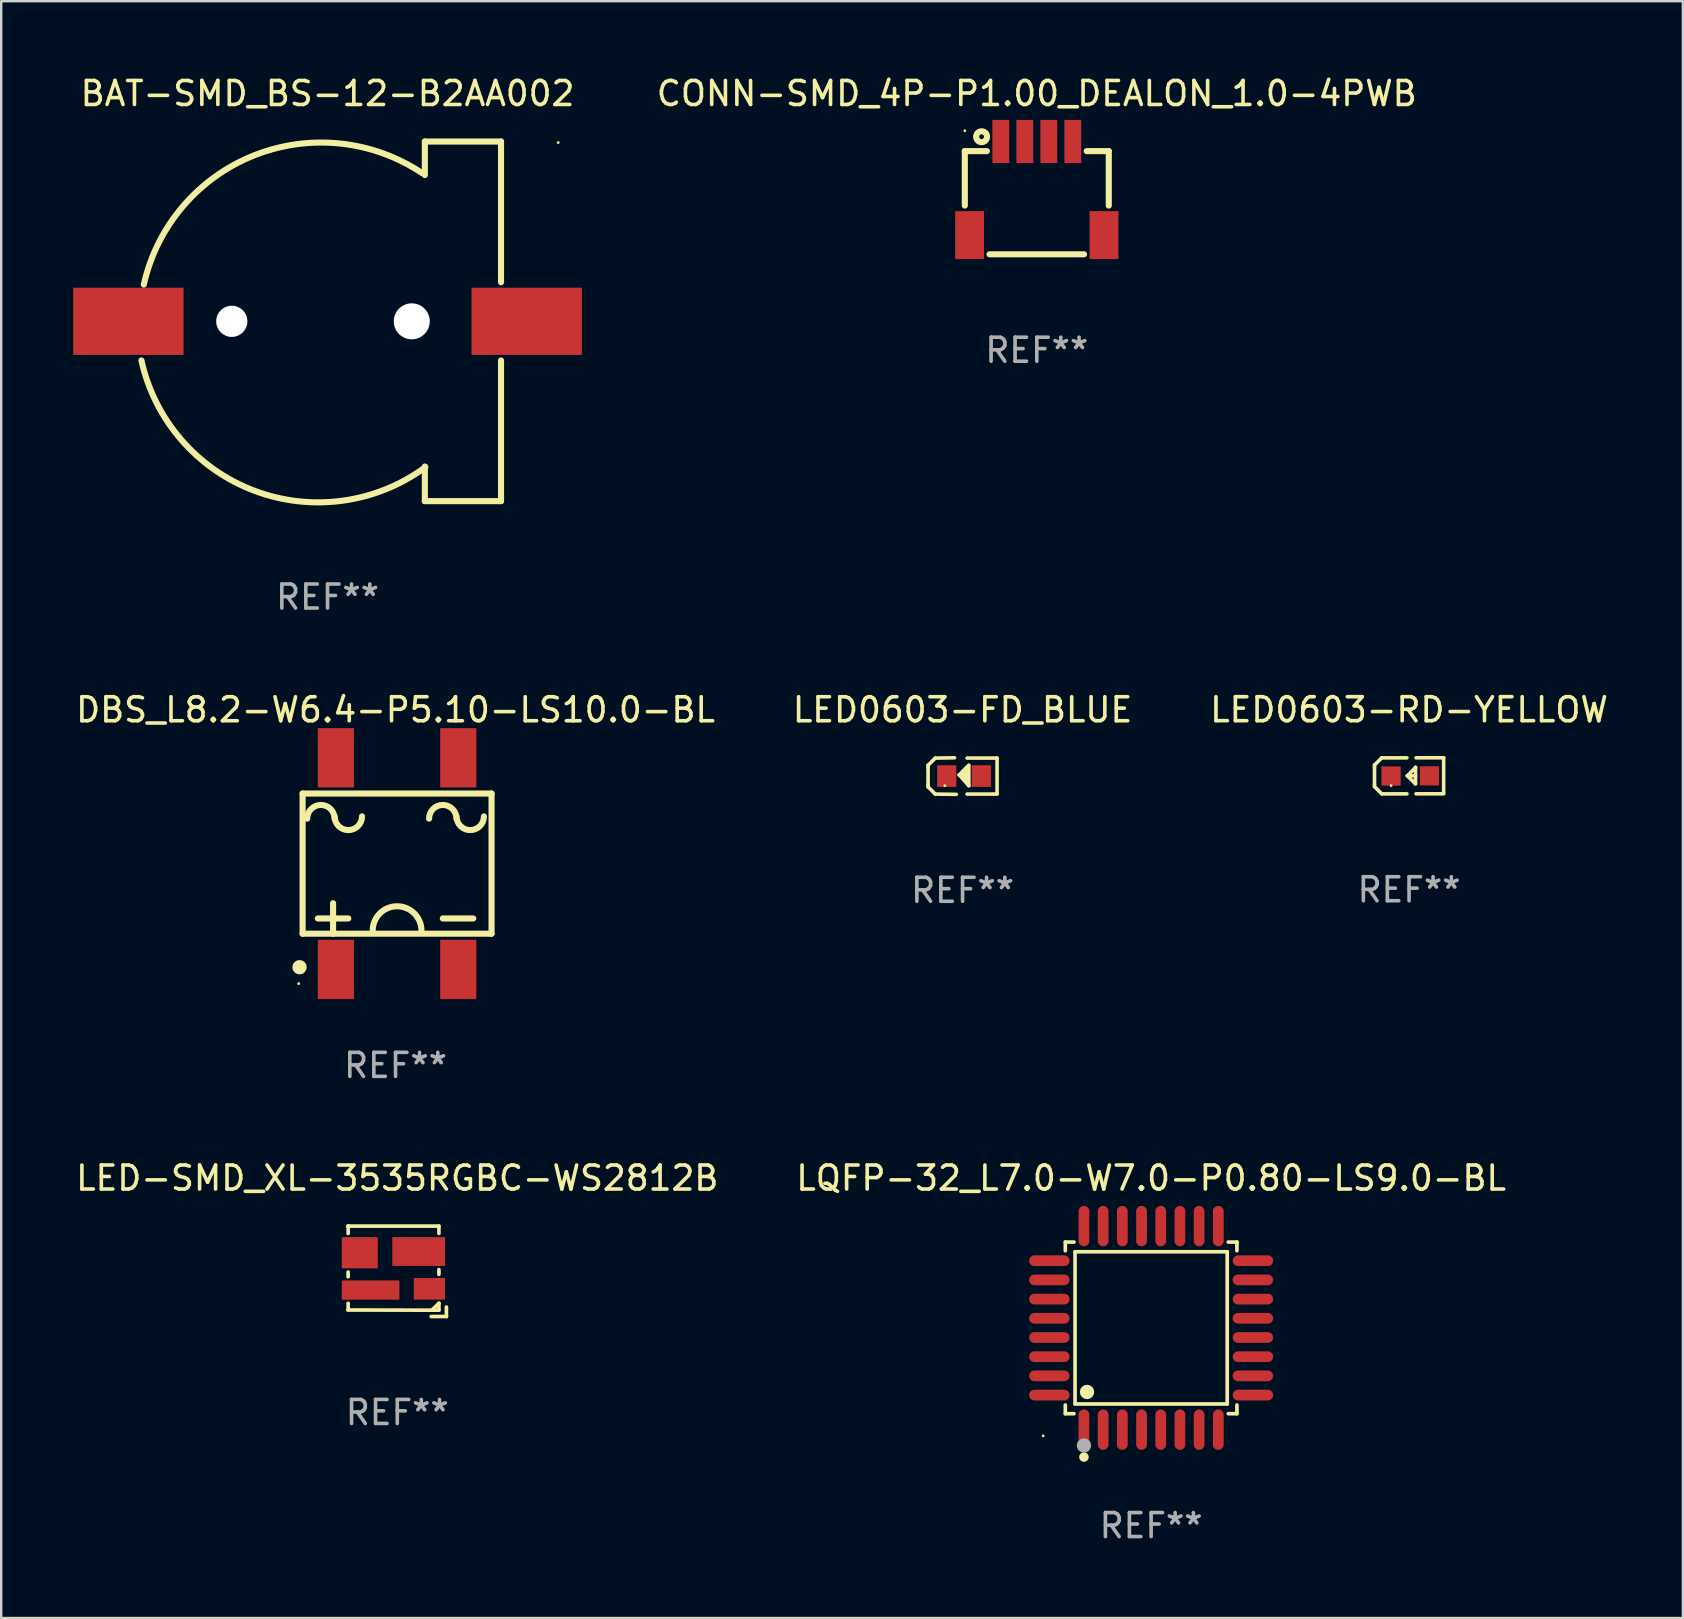
<source format=kicad_pcb>
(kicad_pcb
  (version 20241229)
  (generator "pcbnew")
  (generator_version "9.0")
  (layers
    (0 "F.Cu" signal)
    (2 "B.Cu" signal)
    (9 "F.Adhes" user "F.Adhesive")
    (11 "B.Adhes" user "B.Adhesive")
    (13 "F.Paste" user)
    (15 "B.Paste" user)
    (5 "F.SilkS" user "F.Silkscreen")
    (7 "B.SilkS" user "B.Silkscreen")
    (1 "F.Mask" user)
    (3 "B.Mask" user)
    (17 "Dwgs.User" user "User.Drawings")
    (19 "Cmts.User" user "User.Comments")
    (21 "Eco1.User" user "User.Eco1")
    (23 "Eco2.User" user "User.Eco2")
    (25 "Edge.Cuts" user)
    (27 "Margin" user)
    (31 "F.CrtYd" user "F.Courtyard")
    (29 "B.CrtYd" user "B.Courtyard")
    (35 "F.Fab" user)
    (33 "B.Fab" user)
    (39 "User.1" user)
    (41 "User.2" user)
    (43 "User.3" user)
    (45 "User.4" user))
  (footprint "LQFP-32_L7.0-W7.0-P0.80-LS9.0-BL"
    (layer "F.Cu")
    (at 44.923 52.289)
    (property "Reference" "LQFP-32_L7.0-W7.0-P0.80-LS9.0-BL" (at 0 -6.242 0) (layer "F.SilkS") (effects (font (size 1 1) (thickness 0.15))))
    (attr through_hole)
    (fp_line (start -3.576 -3.576) (end -3.215 -3.576) (stroke (width 0.152) (type solid)) (layer "F.SilkS"))
    (fp_line (start -3.576 -3.215) (end -3.576 -3.576) (stroke (width 0.152) (type solid)) (layer "F.SilkS"))
    (fp_line (start -3.576 3.215) (end -3.576 3.576) (stroke (width 0.152) (type solid)) (layer "F.SilkS"))
    (fp_line (start -3.576 3.576) (end -3.215 3.576) (stroke (width 0.152) (type solid)) (layer "F.SilkS"))
    (fp_line (start -3.171 -3.171) (end 3.171 -3.171) (stroke (width 0.152) (type solid)) (layer "F.SilkS"))
    (fp_line (start -3.171 3.171) (end -3.171 -3.171) (stroke (width 0.152) (type solid)) (layer "F.SilkS"))
    (fp_line (start 3.171 -3.171) (end 3.171 3.171) (stroke (width 0.152) (type solid)) (layer "F.SilkS"))
    (fp_line (start 3.171 3.171) (end -3.171 3.171) (stroke (width 0.152) (type solid)) (layer "F.SilkS"))
    (fp_line (start 3.576 -3.576) (end 3.215 -3.576) (stroke (width 0.152) (type solid)) (layer "F.SilkS"))
    (fp_line (start 3.576 -3.215) (end 3.576 -3.576) (stroke (width 0.152) (type solid)) (layer "F.SilkS"))
    (fp_line (start 3.576 3.215) (end 3.576 3.576) (stroke (width 0.152) (type solid)) (layer "F.SilkS"))
    (fp_line (start 3.576 3.576) (end 3.215 3.576) (stroke (width 0.152) (type solid)) (layer "F.SilkS"))
    (fp_circle (center -4.5 4.5) (end -4.47 4.5) (stroke (width 0.06) (type solid)) (fill no) (layer "F.SilkS"))
    (fp_circle (center -2.8 5.384) (end -2.7 5.384) (stroke (width 0.2) (type solid)) (fill no) (layer "F.SilkS"))
    (fp_circle (center -2.671 2.671) (end -2.521 2.671) (stroke (width 0.3) (type solid)) (fill no) (layer "F.SilkS"))
    (fp_circle (center -2.8 4.9) (end -2.65 4.9) (stroke (width 0.3) (type solid)) (fill no) (layer "F.Fab"))
    (fp_text user "REF**" (at 0 8.242 0) (layer "F.Fab") (effects (font (size 1 1) (thickness 0.15))))
    (pad "1" smd oval (at -2.8 4.242) (size 0.448 1.684) (layers "F.Cu" "F.Mask" "F.Paste"))
    (pad "2" smd oval (at -2 4.242) (size 0.448 1.684) (layers "F.Cu" "F.Mask" "F.Paste"))
    (pad "3" smd oval (at -1.2 4.242) (size 0.448 1.684) (layers "F.Cu" "F.Mask" "F.Paste"))
    (pad "4" smd oval (at -0.4 4.242) (size 0.448 1.684) (layers "F.Cu" "F.Mask" "F.Paste"))
    (pad "5" smd oval (at 0.4 4.242) (size 0.448 1.684) (layers "F.Cu" "F.Mask" "F.Paste"))
    (pad "6" smd oval (at 1.2 4.242) (size 0.448 1.684) (layers "F.Cu" "F.Mask" "F.Paste"))
    (pad "7" smd oval (at 2 4.242) (size 0.448 1.684) (layers "F.Cu" "F.Mask" "F.Paste"))
    (pad "8" smd oval (at 2.8 4.242) (size 0.448 1.684) (layers "F.Cu" "F.Mask" "F.Paste"))
    (pad "9" smd oval (at 4.242 2.8) (size 1.684 0.448) (layers "F.Cu" "F.Mask" "F.Paste"))
    (pad "10" smd oval (at 4.242 2) (size 1.684 0.448) (layers "F.Cu" "F.Mask" "F.Paste"))
    (pad "11" smd oval (at 4.242 1.2) (size 1.684 0.448) (layers "F.Cu" "F.Mask" "F.Paste"))
    (pad "12" smd oval (at 4.242 0.4) (size 1.684 0.448) (layers "F.Cu" "F.Mask" "F.Paste"))
    (pad "13" smd oval (at 4.242 -0.4) (size 1.684 0.448) (layers "F.Cu" "F.Mask" "F.Paste"))
    (pad "14" smd oval (at 4.242 -1.2) (size 1.684 0.448) (layers "F.Cu" "F.Mask" "F.Paste"))
    (pad "15" smd oval (at 4.242 -2) (size 1.684 0.448) (layers "F.Cu" "F.Mask" "F.Paste"))
    (pad "16" smd oval (at 4.242 -2.8) (size 1.684 0.448) (layers "F.Cu" "F.Mask" "F.Paste"))
    (pad "17" smd oval (at 2.8 -4.242) (size 0.448 1.684) (layers "F.Cu" "F.Mask" "F.Paste"))
    (pad "18" smd oval (at 2 -4.242) (size 0.448 1.684) (layers "F.Cu" "F.Mask" "F.Paste"))
    (pad "19" smd oval (at 1.2 -4.242) (size 0.448 1.684) (layers "F.Cu" "F.Mask" "F.Paste"))
    (pad "20" smd oval (at 0.4 -4.242) (size 0.448 1.684) (layers "F.Cu" "F.Mask" "F.Paste"))
    (pad "21" smd oval (at -0.4 -4.242) (size 0.448 1.684) (layers "F.Cu" "F.Mask" "F.Paste"))
    (pad "22" smd oval (at -1.2 -4.242) (size 0.448 1.684) (layers "F.Cu" "F.Mask" "F.Paste"))
    (pad "23" smd oval (at -2 -4.242) (size 0.448 1.684) (layers "F.Cu" "F.Mask" "F.Paste"))
    (pad "24" smd oval (at -2.8 -4.242) (size 0.448 1.684) (layers "F.Cu" "F.Mask" "F.Paste"))
    (pad "25" smd oval (at -4.242 -2.8) (size 1.684 0.448) (layers "F.Cu" "F.Mask" "F.Paste"))
    (pad "26" smd oval (at -4.242 -2) (size 1.684 0.448) (layers "F.Cu" "F.Mask" "F.Paste"))
    (pad "27" smd oval (at -4.242 -1.2) (size 1.684 0.448) (layers "F.Cu" "F.Mask" "F.Paste"))
    (pad "28" smd oval (at -4.242 -0.4) (size 1.684 0.448) (layers "F.Cu" "F.Mask" "F.Paste"))
    (pad "29" smd oval (at -4.242 0.4) (size 1.684 0.448) (layers "F.Cu" "F.Mask" "F.Paste"))
    (pad "30" smd oval (at -4.242 1.2) (size 1.684 0.448) (layers "F.Cu" "F.Mask" "F.Paste"))
    (pad "31" smd oval (at -4.242 2) (size 1.684 0.448) (layers "F.Cu" "F.Mask" "F.Paste"))
    (pad "32" smd oval (at -4.242 2.8) (size 1.684 0.448) (layers "F.Cu" "F.Mask" "F.Paste")))
  (footprint "BAT-SMD_BS-12-B2AA002"
    (layer "F.Cu")
    (at 10.6 10.341)
    (property "Reference" "BAT-SMD_BS-12-B2AA002" (at 0 -9.493 0) (layer "F.SilkS") (effects (font (size 1 1) (thickness 0.15))))
    (attr through_hole)
    (fp_line (start 4.055 -7.493) (end 7.23 -7.493) (stroke (width 0.254) (type solid)) (layer "F.SilkS"))
    (fp_line (start 4.055 -6.096) (end 4.055 -7.493) (stroke (width 0.254) (type solid)) (layer "F.SilkS"))
    (fp_line (start 4.055 7.493) (end 4.055 6.051) (stroke (width 0.254) (type solid)) (layer "F.SilkS"))
    (fp_line (start 7.23 -7.493) (end 7.23 -1.631) (stroke (width 0.254) (type solid)) (layer "F.SilkS"))
    (fp_line (start 7.23 1.631) (end 7.23 7.366) (stroke (width 0.254) (type solid)) (layer "F.SilkS"))
    (fp_line (start 7.23 7.366) (end 7.23 7.493) (stroke (width 0.254) (type solid)) (layer "F.SilkS"))
    (fp_line (start 7.23 7.493) (end 4.055 7.493) (stroke (width 0.254) (type solid)) (layer "F.SilkS"))
    (fp_arc (start -7.656845 -1.530251) (mid -3.075298 -6.909121) (end 3.951561 -6.170156) (stroke (width 0.254001) (type solid)) (layer "F.SilkS"))
    (fp_arc (start 4.076581 6.08029) (mid -3.046144 7.061457) (end -7.756439 1.629236) (stroke (width 0.254001) (type solid)) (layer "F.SilkS"))
    (fp_circle (center 9.613 -7.45) (end 9.643 -7.45) (stroke (width 0.06) (type solid)) (fill no) (layer "F.SilkS"))
    (fp_circle (center -3.99 0) (end -3.715 0) (stroke (width 0.55) (type solid)) (fill no) (layer "F.Fab"))
    (fp_circle (center 3.51 0) (end 3.835 0) (stroke (width 0.65) (type solid)) (fill no) (layer "F.Fab"))
    (fp_text user "REF**" (at 0 11.493 0) (layer "F.Fab") (effects (font (size 1 1) (thickness 0.15))))
    (pad "" np_thru_hole circle (at -3.99 0) (size 1.3 1.3) (drill 1.3) (layers "*.Cu" "*.Mask"))
    (pad "" np_thru_hole circle (at 3.51 0) (size 1.5 1.5) (drill 1.5) (layers "*.Cu" "*.Mask"))
    (pad "1" smd rect (at 8.3 0) (size 4.6 2.8) (layers "F.Cu" "F.Mask" "F.Paste"))
    (pad "2" smd rect (at -8.3 0) (size 4.6 2.8) (layers "F.Cu" "F.Mask" "F.Paste")))
  (footprint "LED0603-FD_BLUE"
    (layer "F.Cu")
    (at 37.126 29.293)
    (property "Reference" "LED0603-FD_BLUE" (at -0.061 -2.762 0) (layer "F.SilkS") (effects (font (size 1 1) (thickness 0.15))))
    (attr through_hole)
    (fp_line (start -1.499 -0.45) (end -1.199 -0.75) (stroke (width 0.15) (type solid)) (layer "F.SilkS"))
    (fp_line (start -1.499 -0.35) (end -1.499 -0.45) (stroke (width 0.15) (type solid)) (layer "F.SilkS"))
    (fp_line (start -1.499 -0.35) (end -1.499 0.35) (stroke (width 0.15) (type solid)) (layer "F.SilkS"))
    (fp_line (start -1.499 0.35) (end -1.499 0.45) (stroke (width 0.15) (type solid)) (layer "F.SilkS"))
    (fp_line (start -1.499 0.45) (end -1.199 0.75) (stroke (width 0.15) (type solid)) (layer "F.SilkS"))
    (fp_line (start -0.397 -0.762) (end -1.199 -0.75) (stroke (width 0.15) (type solid)) (layer "F.SilkS"))
    (fp_line (start -0.321 0.762) (end -1.199 0.75) (stroke (width 0.15) (type solid)) (layer "F.SilkS"))
    (fp_line (start -0.2 -0.05) (end 0.2 0.4) (stroke (width 0.15) (type solid)) (layer "F.SilkS"))
    (fp_line (start -0.044 -0.206) (end -0.044 0.102) (stroke (width 0.15) (type solid)) (layer "F.SilkS"))
    (fp_line (start -0.044 0.102) (end -0.046 0.104) (stroke (width 0.15) (type solid)) (layer "F.SilkS"))
    (fp_line (start 0.087 -0.337) (end 0.087 0.149) (stroke (width 0.15) (type solid)) (layer "F.SilkS"))
    (fp_line (start 0.087 0.149) (end 0.043 0.193) (stroke (width 0.15) (type solid)) (layer "F.SilkS"))
    (fp_line (start 0.1 -0.05) (end -0.2 -0.05) (stroke (width 0.15) (type solid)) (layer "F.SilkS"))
    (fp_line (start 0.127 -0.75) (end 1.377 -0.75) (stroke (width 0.15) (type solid)) (layer "F.SilkS"))
    (fp_line (start 0.127 0.75) (end 1.377 0.75) (stroke (width 0.15) (type solid)) (layer "F.SilkS"))
    (fp_line (start 0.192 -0.442) (end -0.2 -0.05) (stroke (width 0.15) (type solid)) (layer "F.SilkS"))
    (fp_line (start 0.2 0.4) (end 0.2 -0.45) (stroke (width 0.15) (type solid)) (layer "F.SilkS"))
    (fp_line (start 1.377 -0.75) (end 1.377 0.73) (stroke (width 0.15) (type solid)) (layer "F.SilkS"))
    (fp_circle (center -0.8 0.4) (end -0.77 0.4) (stroke (width 0.06) (type solid)) (fill no) (layer "F.SilkS"))
    (fp_text user "REF**" (at -0.061 4.762 0) (layer "F.Fab") (effects (font (size 1 1) (thickness 0.15))))
    (pad "1" smd rect (at -0.72 0 180) (size 0.8 0.9) (layers "F.Cu" "F.Mask" "F.Paste"))
    (pad "2" smd rect (at 0.72 0 180) (size 0.8 0.9) (layers "F.Cu" "F.Mask" "F.Paste")))
  (footprint "CONN-SMD_4P-P1.00_DEALON_1.0-4PWB"
    (layer "F.Cu")
    (at 40.158 4.798)
    (property "Reference" "CONN-SMD_4P-P1.00_DEALON_1.0-4PWB" (at -0.000013 -3.95 0) (layer "F.SilkS") (effects (font (size 1 1) (thickness 0.15))))
    (attr through_hole)
    (fp_line (start -3 -1.55) (end -3 0.719) (stroke (width 0.254) (type solid)) (layer "F.SilkS"))
    (fp_line (start -3 -1.55) (end -2.081 -1.55) (stroke (width 0.254) (type solid)) (layer "F.SilkS"))
    (fp_line (start -1.969 2.75) (end 1.969 2.75) (stroke (width 0.254) (type solid)) (layer "F.SilkS"))
    (fp_line (start 2.081 -1.55) (end 3 -1.55) (stroke (width 0.254) (type solid)) (layer "F.SilkS"))
    (fp_line (start 3 -1.55) (end 3 0.719) (stroke (width 0.254) (type solid)) (layer "F.SilkS"))
    (fp_circle (center -3 -2.4) (end -2.97 -2.4) (stroke (width 0.06) (type solid)) (fill no) (layer "F.SilkS"))
    (fp_circle (center -2.3 -2.15) (end -2.2 -2.15) (stroke (width 0.254) (type solid)) (fill no) (layer "F.SilkS"))
    (fp_text user "REF**" (at -0.000013 6.75 0) (layer "F.Fab") (effects (font (size 1 1) (thickness 0.15))))
    (pad "1" smd rect (at -1.5 -1.95) (size 0.7 1.8) (layers "F.Cu" "F.Mask" "F.Paste"))
    (pad "2" smd rect (at -0.5 -1.95) (size 0.7 1.8) (layers "F.Cu" "F.Mask" "F.Paste"))
    (pad "3" smd rect (at 0.5 -1.95) (size 0.7 1.8) (layers "F.Cu" "F.Mask" "F.Paste"))
    (pad "4" smd rect (at 1.5 -1.95) (size 0.7 1.8) (layers "F.Cu" "F.Mask" "F.Paste"))
    (pad "5" smd rect (at 2.8 1.95) (size 1.2 2) (layers "F.Cu" "F.Mask" "F.Paste"))
    (pad "6" smd rect (at -2.8 1.95) (size 1.2 2) (layers "F.Cu" "F.Mask" "F.Paste")))
  (footprint "DBS_L8.2-W6.4-P5.10-LS10.0-BL"
    (layer "F.Cu")
    (at 13.498 32.941)
    (property "Reference" "DBS_L8.2-W6.4-P5.10-LS10.0-BL" (at -0.064 -6.41 0) (layer "F.SilkS") (effects (font (size 1 1) (thickness 0.15))))
    (attr through_hole)
    (fp_line (start -3.937 -2.921) (end -3.937 2.921) (stroke (width 0.254) (type solid)) (layer "F.SilkS"))
    (fp_line (start -3.937 2.921) (end 3.937 2.921) (stroke (width 0.254) (type solid)) (layer "F.SilkS"))
    (fp_line (start -2.667 1.651) (end -2.667 2.921) (stroke (width 0.254) (type solid)) (layer "F.SilkS"))
    (fp_line (start -2.032 2.286) (end -3.302 2.286) (stroke (width 0.254) (type solid)) (layer "F.SilkS"))
    (fp_line (start 3.175 2.286) (end 1.905 2.286) (stroke (width 0.254) (type solid)) (layer "F.SilkS"))
    (fp_line (start 3.937 -2.921) (end -3.937 -2.921) (stroke (width 0.254) (type solid)) (layer "F.SilkS"))
    (fp_line (start 3.937 2.921) (end 3.937 -2.921) (stroke (width 0.254) (type solid)) (layer "F.SilkS"))
    (fp_arc (start -3.746533 -1.873203) (mid -3.175032 -2.444704) (end -2.603531 -1.873203) (stroke (width 0.254001) (type solid)) (layer "F.SilkS"))
    (fp_arc (start -1.460528 -1.968453) (mid -2.032029 -1.396952) (end -2.60353 -1.968453) (stroke (width 0.254001) (type solid)) (layer "F.SilkS"))
    (fp_arc (start -1.016027 2.794056) (mid -0.000024 1.778055) (end 1.015977 2.794058) (stroke (width 0.254001) (type solid)) (layer "F.SilkS"))
    (fp_arc (start 1.333477 -1.873203) (mid 1.904978 -2.444704) (end 2.476479 -1.873203) (stroke (width 0.254001) (type solid)) (layer "F.SilkS"))
    (fp_arc (start 3.619482 -1.968453) (mid 3.047981 -1.396952) (end 2.47648 -1.968453) (stroke (width 0.254001) (type solid)) (layer "F.SilkS"))
    (fp_circle (center -4.1 5) (end -4.07 5) (stroke (width 0.06) (type solid)) (fill no) (layer "F.SilkS"))
    (fp_circle (center -4.064 4.318) (end -3.914 4.318) (stroke (width 0.3) (type solid)) (fill no) (layer "F.SilkS"))
    (fp_text user "REF**" (at -0.064 8.41 0) (layer "F.Fab") (effects (font (size 1 1) (thickness 0.15))))
    (pad "1" smd rect (at -2.55 4.41 180) (size 1.505 2.47) (layers "F.Cu" "F.Mask" "F.Paste"))
    (pad "2" smd rect (at 2.55 4.41 180) (size 1.505 2.47) (layers "F.Cu" "F.Mask" "F.Paste"))
    (pad "3" smd rect (at 2.55 -4.41 180) (size 1.505 2.47) (layers "F.Cu" "F.Mask" "F.Paste"))
    (pad "4" smd rect (at -2.55 -4.41 180) (size 1.505 2.47) (layers "F.Cu" "F.Mask" "F.Paste")))
  (footprint "LED0603-RD-YELLOW"
    (layer "F.Cu")
    (at 55.722 29.287)
    (property "Reference" "LED0603-RD-YELLOW" (at -0.05 -2.757 0) (layer "F.SilkS") (effects (font (size 1 1) (thickness 0.15))))
    (attr through_hole)
    (fp_line (start -1.49 -0.454) (end -1.19 -0.754) (stroke (width 0.15) (type solid)) (layer "F.SilkS"))
    (fp_line (start -1.49 -0.354) (end -1.49 -0.454) (stroke (width 0.15) (type solid)) (layer "F.SilkS"))
    (fp_line (start -1.49 -0.354) (end -1.49 0.346) (stroke (width 0.15) (type solid)) (layer "F.SilkS"))
    (fp_line (start -1.49 0.346) (end -1.49 0.446) (stroke (width 0.15) (type solid)) (layer "F.SilkS"))
    (fp_line (start -1.49 0.446) (end -1.19 0.746) (stroke (width 0.15) (type solid)) (layer "F.SilkS"))
    (fp_line (start -0.14 -0.754) (end -1.19 -0.754) (stroke (width 0.15) (type solid)) (layer "F.SilkS"))
    (fp_line (start -0.14 0.746) (end -1.19 0.746) (stroke (width 0.15) (type solid)) (layer "F.SilkS"))
    (fp_line (start 0.21 0.323) (end -0.12 -0.007) (stroke (width 0.15) (type solid)) (layer "F.SilkS"))
    (fp_line (start 0.22 -0.357) (end 0.22 -0.347) (stroke (width 0.15) (type solid)) (layer "F.SilkS"))
    (fp_line (start 0.22 -0.357) (end 0.22 0.323) (stroke (width 0.15) (type solid)) (layer "F.SilkS"))
    (fp_line (start 0.22 -0.347) (end -0.12 -0.007) (stroke (width 0.15) (type solid)) (layer "F.SilkS"))
    (fp_line (start 0.22 -0.007) (end -0.12 -0.007) (stroke (width 0.15) (type solid)) (layer "F.SilkS"))
    (fp_line (start 0.22 0.323) (end 0.21 0.323) (stroke (width 0.15) (type solid)) (layer "F.SilkS"))
    (fp_line (start 0.24 -0.757) (end 1.391 -0.757) (stroke (width 0.15) (type solid)) (layer "F.SilkS"))
    (fp_line (start 0.24 0.744) (end 1.391 0.744) (stroke (width 0.15) (type solid)) (layer "F.SilkS"))
    (fp_line (start 1.391 -0.757) (end 1.391 0.723) (stroke (width 0.15) (type solid)) (layer "F.SilkS"))
    (fp_circle (center -0.799 0.403) (end -0.769 0.403) (stroke (width 0.06) (type solid)) (fill no) (layer "F.SilkS"))
    (fp_text user "REF**" (at -0.05 4.746 0) (layer "F.Fab") (effects (font (size 1 1) (thickness 0.15))))
    (pad "1" smd rect (at -0.799 0.003 90) (size 0.8 0.8) (layers "F.Cu" "F.Mask" "F.Paste"))
    (pad "2" smd rect (at 0.799 -0.003 90) (size 0.8 0.8) (layers "F.Cu" "F.Mask" "F.Paste")))
  (footprint "LED-SMD_XL-3535RGBC-WS2812B"
    (layer "F.Cu")
    (at 13.395 49.91)
    (property "Reference" "LED-SMD_XL-3535RGBC-WS2812B" (at 0.111 -3.863 0) (layer "F.SilkS") (effects (font (size 1 1) (thickness 0.15))))
    (attr through_hole)
    (fp_line (start -1.936 -1.863) (end -1.936 -1.843) (stroke (width 0.152) (type solid)) (layer "F.SilkS"))
    (fp_line (start -1.936 1.357) (end -1.936 1.634) (stroke (width 0.152) (type solid)) (layer "F.SilkS"))
    (fp_line (start -1.936 1.634) (end 1.846 1.642) (stroke (width 0.152) (type solid)) (layer "F.SilkS"))
    (fp_line (start -1.936 -1.861) (end -1.936 -1.557) (stroke (width 0.152) (type solid)) (layer "F.SilkS"))
    (fp_line (start -1.936 0.052) (end -1.936 0.248) (stroke (width 0.152) (type solid)) (layer "F.SilkS"))
    (fp_line (start -1.9 -1.861) (end -1.936 -1.861) (stroke (width 0.152) (type solid)) (layer "F.SilkS"))
    (fp_line (start 1.524 1.905) (end 2.159 1.905) (stroke (width 0.152) (type solid)) (layer "F.SilkS"))
    (fp_line (start 1.846 1.357) (end 1.559 1.634) (stroke (width 0.152) (type solid)) (layer "F.SilkS"))
    (fp_line (start 1.846 1.357) (end 1.846 1.357) (stroke (width 0.152) (type solid)) (layer "F.SilkS"))
    (fp_line (start 1.846 1.642) (end 1.846 1.357) (stroke (width 0.152) (type solid)) (layer "F.SilkS"))
    (fp_line (start 1.847 -1.863) (end -1.936 -1.863) (stroke (width 0.152) (type solid)) (layer "F.SilkS"))
    (fp_line (start 1.847 -1.557) (end 1.847 -1.863) (stroke (width 0.152) (type solid)) (layer "F.SilkS"))
    (fp_line (start 1.847 0.148) (end 1.847 -0.048) (stroke (width 0.152) (type solid)) (layer "F.SilkS"))
    (fp_line (start 2.159 1.905) (end 2.159 1.51) (stroke (width 0.152) (type solid)) (layer "F.SilkS"))
    (fp_circle (center 1.802 1.65) (end 1.832 1.65) (stroke (width 0.06) (type solid)) (fill no) (layer "F.SilkS"))
    (fp_text user "REF**" (at 0.111 5.905 0) (layer "F.Fab") (effects (font (size 1 1) (thickness 0.15))))
    (pad "1" smd rect (at 1.451 0.752) (size 1.3 0.9) (layers "F.Cu" "F.Mask" "F.Paste"))
    (pad "2" smd rect (at 1.004 -0.803) (size 2.2 1.2) (layers "F.Cu" "F.Mask" "F.Paste"))
    (pad "3" smd rect (at -1.451 -0.752) (size 1.5 1.3) (layers "F.Cu" "F.Mask" "F.Paste"))
    (pad "4" smd rect (at -1.001 0.803) (size 2.4 0.8) (layers "F.Cu" "F.Mask" "F.Paste")))
  (gr_rect
    (start -3 -3)
    (end 67.083 64.38)
    (stroke (width 0.1) (type default))
    (fill no)
    (layer "Edge.Cuts")))
</source>
